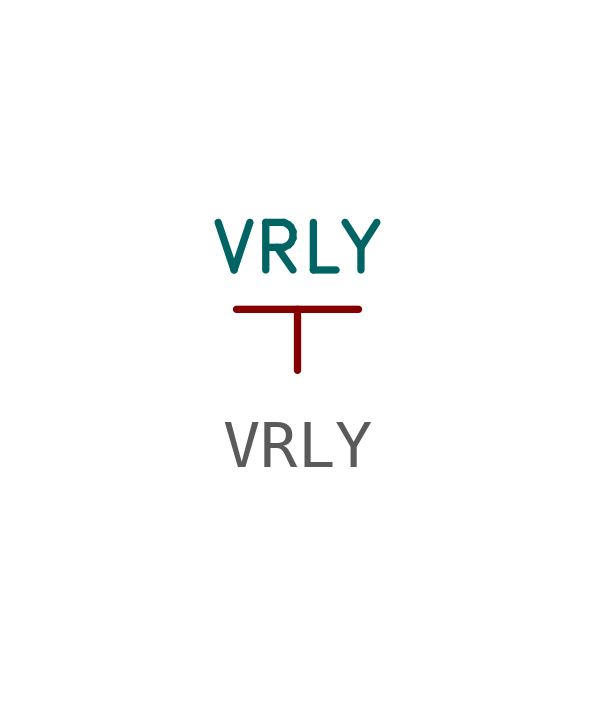
<source format=kicad_sym>
(kicad_symbol_lib
  (version 20220914)
  (generator kicad_symbol_editor)
  (symbol "VRLY"
    (power)
    (pin_numbers hide)
    (pin_names
      (offset 0) hide)
    (property "Reference" "#PWR"
      (at 0 -2.54 0)
      (effects (font (size 1.524 1.524)) hide))
    (property "Value" "VRLY"
      (at 0 1.27 0)
      (effects (font (size 0.991 0.991))))
    (property "Footprint" ""
      (at 0 0 0)
      (effects (font (size 1.524 1.524))))
    (property "Datasheet" ""
      (at 0 0 0)
      (effects (font (size 1.524 1.524))))
    (symbol "VRLY_0_1"
      (polyline (pts (xy -1.27 0) (xy 1.27 0)) (stroke (width 0) (type default)) (fill (type none))))
    (symbol "VRLY_1_1"
      (pin power_in line (at 0 -1.27 90) (length 1.27) (name "VRLY" (effects (font (size 1.27 1.27)))) (number "1" (effects (font (size 1.27 1.27))))))))
</source>
